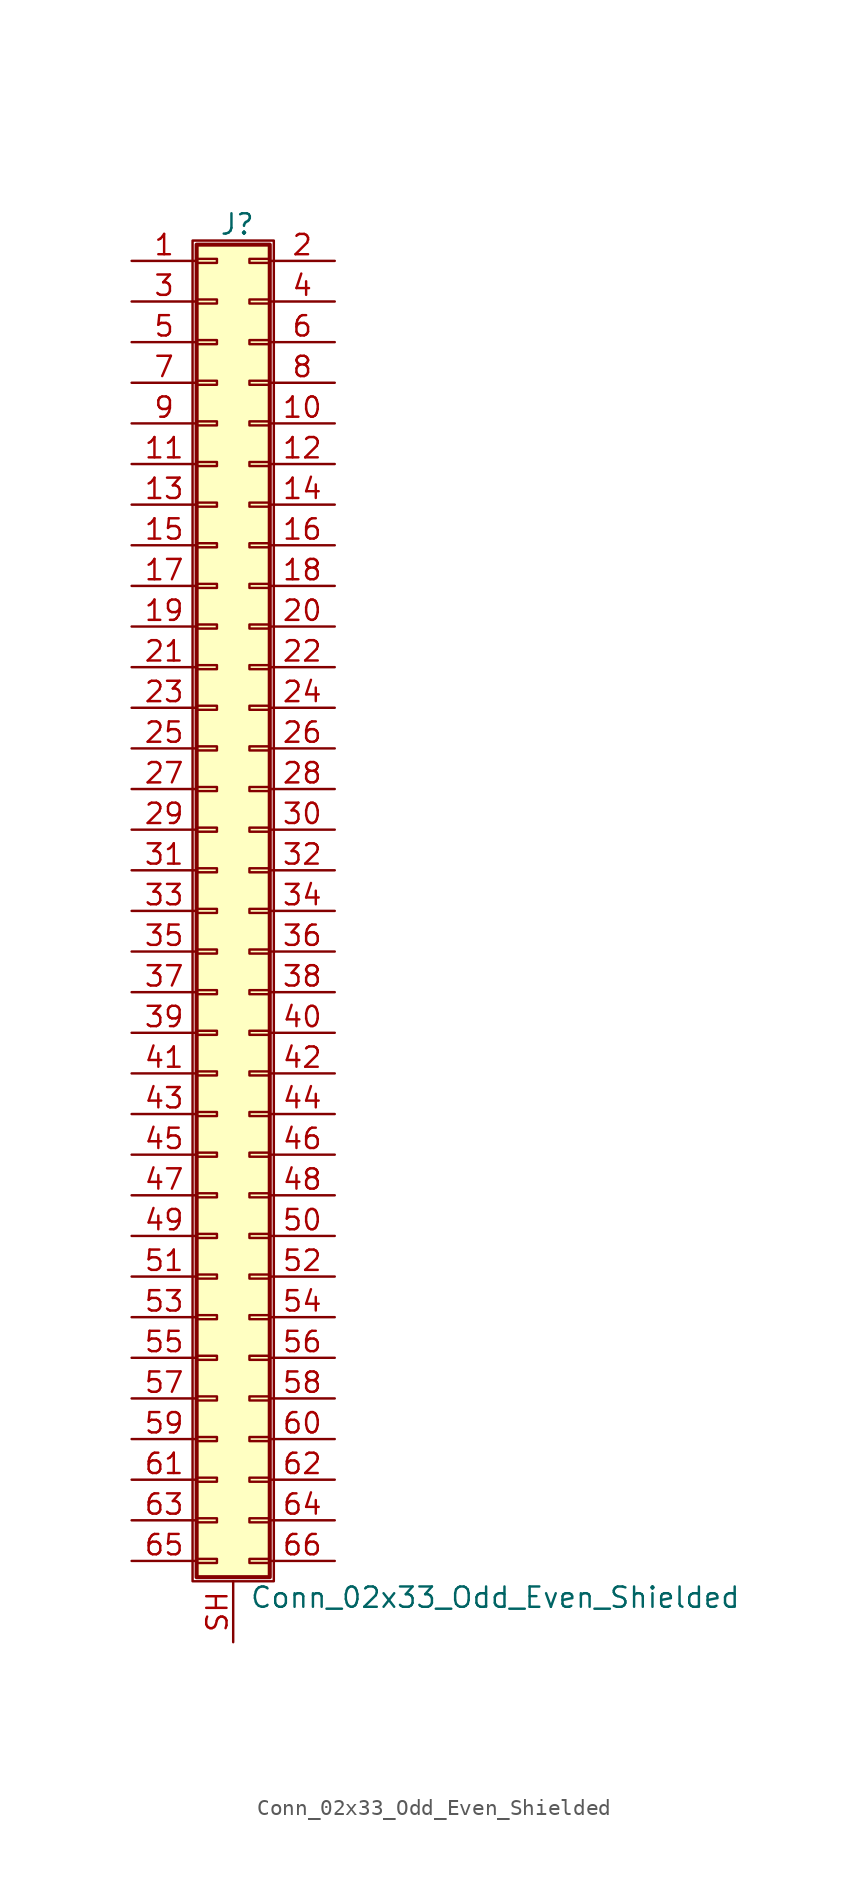
<source format=kicad_sym>
(kicad_symbol_lib
  (version 20201005)
  (generator kicad_symbol_editor)
  (symbol "Conn_02x33_Odd_Even_Shielded"
    (pin_names
      (offset 1.016) hide)
    (property "Reference" "J"
      (at 1.524 42.926 0)
      (effects (font (size 1.27 1.27))))
    (property "Value" "Conn_02x33_Odd_Even_Shielded"
      (at 2.286 -42.926 0)
      (effects (font (size 1.27 1.27)) (justify left)))
    (symbol "Conn_02x33_Odd_Even_Shielded_1_1"
      (rectangle (start -1.27 41.91) (end 3.81 -41.91) (stroke (width 0.152)) (fill (type none)))
      (rectangle (start -1.016 -40.513) (end 0.254 -40.767) (stroke (width 0.152)) (fill (type none)))
      (rectangle (start -1.016 -37.973) (end 0.254 -38.227) (stroke (width 0.152)) (fill (type none)))
      (rectangle (start -1.016 -35.433) (end 0.254 -35.687) (stroke (width 0.152)) (fill (type none)))
      (rectangle (start -1.016 -32.893) (end 0.254 -33.147) (stroke (width 0.152)) (fill (type none)))
      (rectangle (start -1.016 -30.353) (end 0.254 -30.607) (stroke (width 0.152)) (fill (type none)))
      (rectangle (start -1.016 -27.813) (end 0.254 -28.067) (stroke (width 0.152)) (fill (type none)))
      (rectangle (start -1.016 -25.273) (end 0.254 -25.527) (stroke (width 0.152)) (fill (type none)))
      (rectangle (start -1.016 -22.733) (end 0.254 -22.987) (stroke (width 0.152)) (fill (type none)))
      (rectangle (start -1.016 -20.193) (end 0.254 -20.447) (stroke (width 0.152)) (fill (type none)))
      (rectangle (start -1.016 -17.653) (end 0.254 -17.907) (stroke (width 0.152)) (fill (type none)))
      (rectangle (start -1.016 -15.113) (end 0.254 -15.367) (stroke (width 0.152)) (fill (type none)))
      (rectangle (start -1.016 -12.573) (end 0.254 -12.827) (stroke (width 0.152)) (fill (type none)))
      (rectangle (start -1.016 -10.033) (end 0.254 -10.287) (stroke (width 0.152)) (fill (type none)))
      (rectangle (start -1.016 -7.493) (end 0.254 -7.747) (stroke (width 0.152)) (fill (type none)))
      (rectangle (start -1.016 -4.953) (end 0.254 -5.207) (stroke (width 0.152)) (fill (type none)))
      (rectangle (start -1.016 -2.413) (end 0.254 -2.667) (stroke (width 0.152)) (fill (type none)))
      (rectangle (start -1.016 0.127) (end 0.254 -0.127) (stroke (width 0.152)) (fill (type none)))
      (rectangle (start -1.016 2.667) (end 0.254 2.413) (stroke (width 0.152)) (fill (type none)))
      (rectangle (start -1.016 5.207) (end 0.254 4.953) (stroke (width 0.152)) (fill (type none)))
      (rectangle (start -1.016 7.747) (end 0.254 7.493) (stroke (width 0.152)) (fill (type none)))
      (rectangle (start -1.016 10.287) (end 0.254 10.033) (stroke (width 0.152)) (fill (type none)))
      (rectangle (start -1.016 12.827) (end 0.254 12.573) (stroke (width 0.152)) (fill (type none)))
      (rectangle (start -1.016 15.367) (end 0.254 15.113) (stroke (width 0.152)) (fill (type none)))
      (rectangle (start -1.016 17.907) (end 0.254 17.653) (stroke (width 0.152)) (fill (type none)))
      (rectangle (start -1.016 20.447) (end 0.254 20.193) (stroke (width 0.152)) (fill (type none)))
      (rectangle (start -1.016 22.987) (end 0.254 22.733) (stroke (width 0.152)) (fill (type none)))
      (rectangle (start -1.016 25.527) (end 0.254 25.273) (stroke (width 0.152)) (fill (type none)))
      (rectangle (start -1.016 28.067) (end 0.254 27.813) (stroke (width 0.152)) (fill (type none)))
      (rectangle (start -1.016 30.607) (end 0.254 30.353) (stroke (width 0.152)) (fill (type none)))
      (rectangle (start -1.016 33.147) (end 0.254 32.893) (stroke (width 0.152)) (fill (type none)))
      (rectangle (start -1.016 35.687) (end 0.254 35.433) (stroke (width 0.152)) (fill (type none)))
      (rectangle (start -1.016 38.227) (end 0.254 37.973) (stroke (width 0.152)) (fill (type none)))
      (rectangle (start -1.016 40.767) (end 0.254 40.513) (stroke (width 0.152)) (fill (type none)))
      (rectangle (start -1.016 41.656) (end 3.556 -41.656) (stroke (width 0.254)) (fill (type background)))
      (rectangle (start 3.556 -40.513) (end 2.286 -40.767) (stroke (width 0.152)) (fill (type none)))
      (rectangle (start 3.556 -37.973) (end 2.286 -38.227) (stroke (width 0.152)) (fill (type none)))
      (rectangle (start 3.556 -35.433) (end 2.286 -35.687) (stroke (width 0.152)) (fill (type none)))
      (rectangle (start 3.556 -32.893) (end 2.286 -33.147) (stroke (width 0.152)) (fill (type none)))
      (rectangle (start 3.556 -30.353) (end 2.286 -30.607) (stroke (width 0.152)) (fill (type none)))
      (rectangle (start 3.556 -27.813) (end 2.286 -28.067) (stroke (width 0.152)) (fill (type none)))
      (rectangle (start 3.556 -25.273) (end 2.286 -25.527) (stroke (width 0.152)) (fill (type none)))
      (rectangle (start 3.556 -22.733) (end 2.286 -22.987) (stroke (width 0.152)) (fill (type none)))
      (rectangle (start 3.556 -20.193) (end 2.286 -20.447) (stroke (width 0.152)) (fill (type none)))
      (rectangle (start 3.556 -17.653) (end 2.286 -17.907) (stroke (width 0.152)) (fill (type none)))
      (rectangle (start 3.556 -15.113) (end 2.286 -15.367) (stroke (width 0.152)) (fill (type none)))
      (rectangle (start 3.556 -12.573) (end 2.286 -12.827) (stroke (width 0.152)) (fill (type none)))
      (rectangle (start 3.556 -10.033) (end 2.286 -10.287) (stroke (width 0.152)) (fill (type none)))
      (rectangle (start 3.556 -7.493) (end 2.286 -7.747) (stroke (width 0.152)) (fill (type none)))
      (rectangle (start 3.556 -4.953) (end 2.286 -5.207) (stroke (width 0.152)) (fill (type none)))
      (rectangle (start 3.556 -2.413) (end 2.286 -2.667) (stroke (width 0.152)) (fill (type none)))
      (rectangle (start 3.556 0.127) (end 2.286 -0.127) (stroke (width 0.152)) (fill (type none)))
      (rectangle (start 3.556 2.667) (end 2.286 2.413) (stroke (width 0.152)) (fill (type none)))
      (rectangle (start 3.556 5.207) (end 2.286 4.953) (stroke (width 0.152)) (fill (type none)))
      (rectangle (start 3.556 7.747) (end 2.286 7.493) (stroke (width 0.152)) (fill (type none)))
      (rectangle (start 3.556 10.287) (end 2.286 10.033) (stroke (width 0.152)) (fill (type none)))
      (rectangle (start 3.556 12.827) (end 2.286 12.573) (stroke (width 0.152)) (fill (type none)))
      (rectangle (start 3.556 15.367) (end 2.286 15.113) (stroke (width 0.152)) (fill (type none)))
      (rectangle (start 3.556 17.907) (end 2.286 17.653) (stroke (width 0.152)) (fill (type none)))
      (rectangle (start 3.556 20.447) (end 2.286 20.193) (stroke (width 0.152)) (fill (type none)))
      (rectangle (start 3.556 22.987) (end 2.286 22.733) (stroke (width 0.152)) (fill (type none)))
      (rectangle (start 3.556 25.527) (end 2.286 25.273) (stroke (width 0.152)) (fill (type none)))
      (rectangle (start 3.556 28.067) (end 2.286 27.813) (stroke (width 0.152)) (fill (type none)))
      (rectangle (start 3.556 30.607) (end 2.286 30.353) (stroke (width 0.152)) (fill (type none)))
      (rectangle (start 3.556 33.147) (end 2.286 32.893) (stroke (width 0.152)) (fill (type none)))
      (rectangle (start 3.556 35.687) (end 2.286 35.433) (stroke (width 0.152)) (fill (type none)))
      (rectangle (start 3.556 38.227) (end 2.286 37.973) (stroke (width 0.152)) (fill (type none)))
      (rectangle (start 3.556 40.767) (end 2.286 40.513) (stroke (width 0.152)) (fill (type none)))
      (pin passive line (at -5.08 40.64 0) (length 4.064) (name "Pin_1" (effects (font (size 1.27 1.27)))) (number "1" (effects (font (size 1.27 1.27)))))
      (pin passive line (at 7.62 30.48 180) (length 4.064) (name "Pin_10" (effects (font (size 1.27 1.27)))) (number "10" (effects (font (size 1.27 1.27)))))
      (pin passive line (at -5.08 27.94 0) (length 4.064) (name "Pin_11" (effects (font (size 1.27 1.27)))) (number "11" (effects (font (size 1.27 1.27)))))
      (pin passive line (at 7.62 27.94 180) (length 4.064) (name "Pin_12" (effects (font (size 1.27 1.27)))) (number "12" (effects (font (size 1.27 1.27)))))
      (pin passive line (at -5.08 25.4 0) (length 4.064) (name "Pin_13" (effects (font (size 1.27 1.27)))) (number "13" (effects (font (size 1.27 1.27)))))
      (pin passive line (at 7.62 25.4 180) (length 4.064) (name "Pin_14" (effects (font (size 1.27 1.27)))) (number "14" (effects (font (size 1.27 1.27)))))
      (pin passive line (at -5.08 22.86 0) (length 4.064) (name "Pin_15" (effects (font (size 1.27 1.27)))) (number "15" (effects (font (size 1.27 1.27)))))
      (pin passive line (at 7.62 22.86 180) (length 4.064) (name "Pin_16" (effects (font (size 1.27 1.27)))) (number "16" (effects (font (size 1.27 1.27)))))
      (pin passive line (at -5.08 20.32 0) (length 4.064) (name "Pin_17" (effects (font (size 1.27 1.27)))) (number "17" (effects (font (size 1.27 1.27)))))
      (pin passive line (at 7.62 20.32 180) (length 4.064) (name "Pin_18" (effects (font (size 1.27 1.27)))) (number "18" (effects (font (size 1.27 1.27)))))
      (pin passive line (at -5.08 17.78 0) (length 4.064) (name "Pin_19" (effects (font (size 1.27 1.27)))) (number "19" (effects (font (size 1.27 1.27)))))
      (pin passive line (at 7.62 40.64 180) (length 4.064) (name "Pin_2" (effects (font (size 1.27 1.27)))) (number "2" (effects (font (size 1.27 1.27)))))
      (pin passive line (at 7.62 17.78 180) (length 4.064) (name "Pin_20" (effects (font (size 1.27 1.27)))) (number "20" (effects (font (size 1.27 1.27)))))
      (pin passive line (at -5.08 15.24 0) (length 4.064) (name "Pin_21" (effects (font (size 1.27 1.27)))) (number "21" (effects (font (size 1.27 1.27)))))
      (pin passive line (at 7.62 15.24 180) (length 4.064) (name "Pin_22" (effects (font (size 1.27 1.27)))) (number "22" (effects (font (size 1.27 1.27)))))
      (pin passive line (at -5.08 12.7 0) (length 4.064) (name "Pin_23" (effects (font (size 1.27 1.27)))) (number "23" (effects (font (size 1.27 1.27)))))
      (pin passive line (at 7.62 12.7 180) (length 4.064) (name "Pin_24" (effects (font (size 1.27 1.27)))) (number "24" (effects (font (size 1.27 1.27)))))
      (pin passive line (at -5.08 10.16 0) (length 4.064) (name "Pin_25" (effects (font (size 1.27 1.27)))) (number "25" (effects (font (size 1.27 1.27)))))
      (pin passive line (at 7.62 10.16 180) (length 4.064) (name "Pin_26" (effects (font (size 1.27 1.27)))) (number "26" (effects (font (size 1.27 1.27)))))
      (pin passive line (at -5.08 7.62 0) (length 4.064) (name "Pin_27" (effects (font (size 1.27 1.27)))) (number "27" (effects (font (size 1.27 1.27)))))
      (pin passive line (at 7.62 7.62 180) (length 4.064) (name "Pin_28" (effects (font (size 1.27 1.27)))) (number "28" (effects (font (size 1.27 1.27)))))
      (pin passive line (at -5.08 5.08 0) (length 4.064) (name "Pin_29" (effects (font (size 1.27 1.27)))) (number "29" (effects (font (size 1.27 1.27)))))
      (pin passive line (at -5.08 38.1 0) (length 4.064) (name "Pin_3" (effects (font (size 1.27 1.27)))) (number "3" (effects (font (size 1.27 1.27)))))
      (pin passive line (at 7.62 5.08 180) (length 4.064) (name "Pin_30" (effects (font (size 1.27 1.27)))) (number "30" (effects (font (size 1.27 1.27)))))
      (pin passive line (at -5.08 2.54 0) (length 4.064) (name "Pin_31" (effects (font (size 1.27 1.27)))) (number "31" (effects (font (size 1.27 1.27)))))
      (pin passive line (at 7.62 2.54 180) (length 4.064) (name "Pin_32" (effects (font (size 1.27 1.27)))) (number "32" (effects (font (size 1.27 1.27)))))
      (pin passive line (at -5.08 0 0) (length 4.064) (name "Pin_33" (effects (font (size 1.27 1.27)))) (number "33" (effects (font (size 1.27 1.27)))))
      (pin passive line (at 7.62 0 180) (length 4.064) (name "Pin_34" (effects (font (size 1.27 1.27)))) (number "34" (effects (font (size 1.27 1.27)))))
      (pin passive line (at -5.08 -2.54 0) (length 4.064) (name "Pin_35" (effects (font (size 1.27 1.27)))) (number "35" (effects (font (size 1.27 1.27)))))
      (pin passive line (at 7.62 -2.54 180) (length 4.064) (name "Pin_36" (effects (font (size 1.27 1.27)))) (number "36" (effects (font (size 1.27 1.27)))))
      (pin passive line (at -5.08 -5.08 0) (length 4.064) (name "Pin_37" (effects (font (size 1.27 1.27)))) (number "37" (effects (font (size 1.27 1.27)))))
      (pin passive line (at 7.62 -5.08 180) (length 4.064) (name "Pin_38" (effects (font (size 1.27 1.27)))) (number "38" (effects (font (size 1.27 1.27)))))
      (pin passive line (at -5.08 -7.62 0) (length 4.064) (name "Pin_39" (effects (font (size 1.27 1.27)))) (number "39" (effects (font (size 1.27 1.27)))))
      (pin passive line (at 7.62 38.1 180) (length 4.064) (name "Pin_4" (effects (font (size 1.27 1.27)))) (number "4" (effects (font (size 1.27 1.27)))))
      (pin passive line (at 7.62 -7.62 180) (length 4.064) (name "Pin_40" (effects (font (size 1.27 1.27)))) (number "40" (effects (font (size 1.27 1.27)))))
      (pin passive line (at -5.08 -10.16 0) (length 4.064) (name "Pin_41" (effects (font (size 1.27 1.27)))) (number "41" (effects (font (size 1.27 1.27)))))
      (pin passive line (at 7.62 -10.16 180) (length 4.064) (name "Pin_42" (effects (font (size 1.27 1.27)))) (number "42" (effects (font (size 1.27 1.27)))))
      (pin passive line (at -5.08 -12.7 0) (length 4.064) (name "Pin_43" (effects (font (size 1.27 1.27)))) (number "43" (effects (font (size 1.27 1.27)))))
      (pin passive line (at 7.62 -12.7 180) (length 4.064) (name "Pin_44" (effects (font (size 1.27 1.27)))) (number "44" (effects (font (size 1.27 1.27)))))
      (pin passive line (at -5.08 -15.24 0) (length 4.064) (name "Pin_45" (effects (font (size 1.27 1.27)))) (number "45" (effects (font (size 1.27 1.27)))))
      (pin passive line (at 7.62 -15.24 180) (length 4.064) (name "Pin_46" (effects (font (size 1.27 1.27)))) (number "46" (effects (font (size 1.27 1.27)))))
      (pin passive line (at -5.08 -17.78 0) (length 4.064) (name "Pin_47" (effects (font (size 1.27 1.27)))) (number "47" (effects (font (size 1.27 1.27)))))
      (pin passive line (at 7.62 -17.78 180) (length 4.064) (name "Pin_48" (effects (font (size 1.27 1.27)))) (number "48" (effects (font (size 1.27 1.27)))))
      (pin passive line (at -5.08 -20.32 0) (length 4.064) (name "Pin_49" (effects (font (size 1.27 1.27)))) (number "49" (effects (font (size 1.27 1.27)))))
      (pin passive line (at -5.08 35.56 0) (length 4.064) (name "Pin_5" (effects (font (size 1.27 1.27)))) (number "5" (effects (font (size 1.27 1.27)))))
      (pin passive line (at 7.62 -20.32 180) (length 4.064) (name "Pin_50" (effects (font (size 1.27 1.27)))) (number "50" (effects (font (size 1.27 1.27)))))
      (pin passive line (at -5.08 -22.86 0) (length 4.064) (name "Pin_51" (effects (font (size 1.27 1.27)))) (number "51" (effects (font (size 1.27 1.27)))))
      (pin passive line (at 7.62 -22.86 180) (length 4.064) (name "Pin_52" (effects (font (size 1.27 1.27)))) (number "52" (effects (font (size 1.27 1.27)))))
      (pin passive line (at -5.08 -25.4 0) (length 4.064) (name "Pin_53" (effects (font (size 1.27 1.27)))) (number "53" (effects (font (size 1.27 1.27)))))
      (pin passive line (at 7.62 -25.4 180) (length 4.064) (name "Pin_54" (effects (font (size 1.27 1.27)))) (number "54" (effects (font (size 1.27 1.27)))))
      (pin passive line (at -5.08 -27.94 0) (length 4.064) (name "Pin_55" (effects (font (size 1.27 1.27)))) (number "55" (effects (font (size 1.27 1.27)))))
      (pin passive line (at 7.62 -27.94 180) (length 4.064) (name "Pin_56" (effects (font (size 1.27 1.27)))) (number "56" (effects (font (size 1.27 1.27)))))
      (pin passive line (at -5.08 -30.48 0) (length 4.064) (name "Pin_57" (effects (font (size 1.27 1.27)))) (number "57" (effects (font (size 1.27 1.27)))))
      (pin passive line (at 7.62 -30.48 180) (length 4.064) (name "Pin_58" (effects (font (size 1.27 1.27)))) (number "58" (effects (font (size 1.27 1.27)))))
      (pin passive line (at -5.08 -33.02 0) (length 4.064) (name "Pin_59" (effects (font (size 1.27 1.27)))) (number "59" (effects (font (size 1.27 1.27)))))
      (pin passive line (at 7.62 35.56 180) (length 4.064) (name "Pin_6" (effects (font (size 1.27 1.27)))) (number "6" (effects (font (size 1.27 1.27)))))
      (pin passive line (at 7.62 -33.02 180) (length 4.064) (name "Pin_60" (effects (font (size 1.27 1.27)))) (number "60" (effects (font (size 1.27 1.27)))))
      (pin passive line (at -5.08 -35.56 0) (length 4.064) (name "Pin_61" (effects (font (size 1.27 1.27)))) (number "61" (effects (font (size 1.27 1.27)))))
      (pin passive line (at 7.62 -35.56 180) (length 4.064) (name "Pin_62" (effects (font (size 1.27 1.27)))) (number "62" (effects (font (size 1.27 1.27)))))
      (pin passive line (at -5.08 -38.1 0) (length 4.064) (name "Pin_63" (effects (font (size 1.27 1.27)))) (number "63" (effects (font (size 1.27 1.27)))))
      (pin passive line (at 7.62 -38.1 180) (length 4.064) (name "Pin_64" (effects (font (size 1.27 1.27)))) (number "64" (effects (font (size 1.27 1.27)))))
      (pin passive line (at -5.08 -40.64 0) (length 4.064) (name "Pin_65" (effects (font (size 1.27 1.27)))) (number "65" (effects (font (size 1.27 1.27)))))
      (pin passive line (at 7.62 -40.64 180) (length 4.064) (name "Pin_66" (effects (font (size 1.27 1.27)))) (number "66" (effects (font (size 1.27 1.27)))))
      (pin passive line (at -5.08 33.02 0) (length 4.064) (name "Pin_7" (effects (font (size 1.27 1.27)))) (number "7" (effects (font (size 1.27 1.27)))))
      (pin passive line (at 7.62 33.02 180) (length 4.064) (name "Pin_8" (effects (font (size 1.27 1.27)))) (number "8" (effects (font (size 1.27 1.27)))))
      (pin passive line (at -5.08 30.48 0) (length 4.064) (name "Pin_9" (effects (font (size 1.27 1.27)))) (number "9" (effects (font (size 1.27 1.27)))))
      (pin passive line (at 1.27 -45.72 90) (length 3.81) (name "Shield" (effects (font (size 1.27 1.27)))) (number "SH" (effects (font (size 1.27 1.27))))))))
</source>
